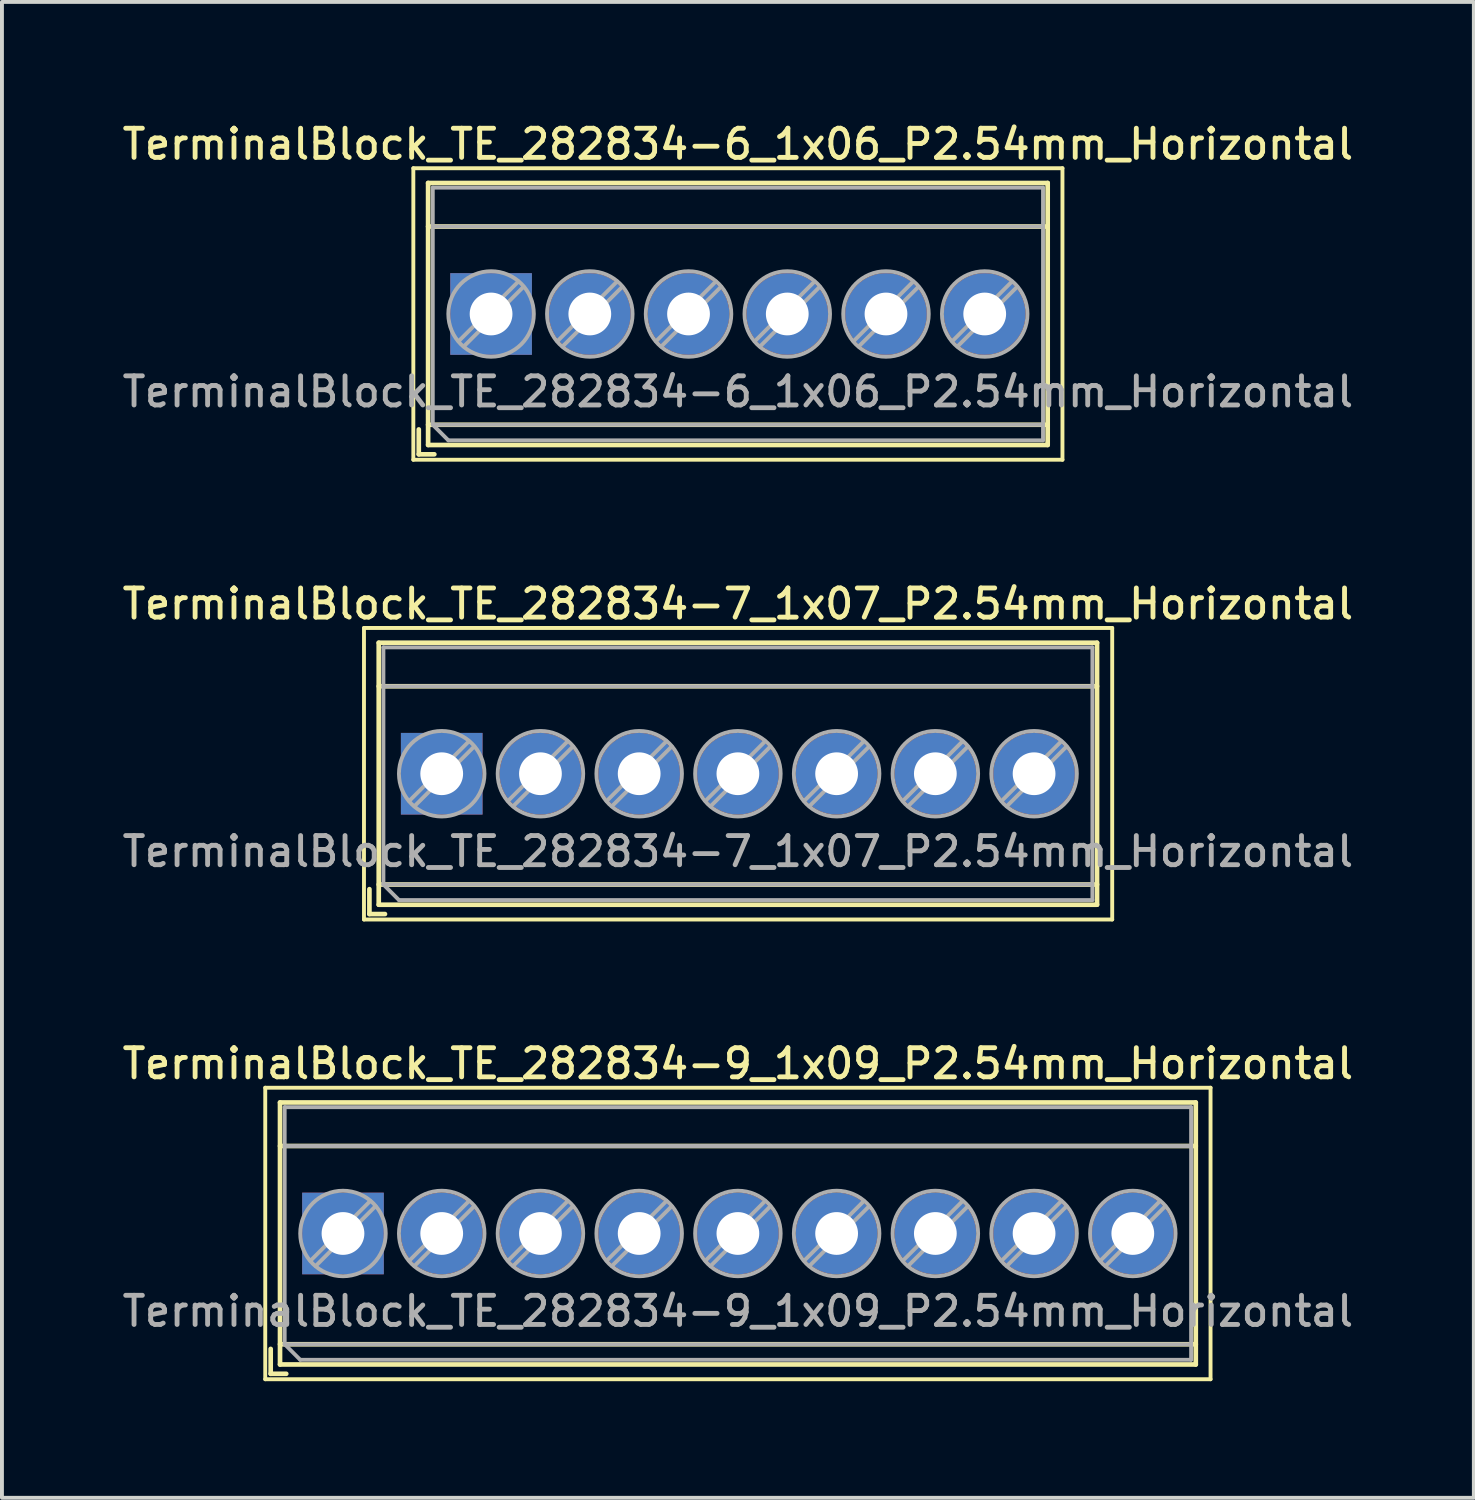
<source format=kicad_pcb>
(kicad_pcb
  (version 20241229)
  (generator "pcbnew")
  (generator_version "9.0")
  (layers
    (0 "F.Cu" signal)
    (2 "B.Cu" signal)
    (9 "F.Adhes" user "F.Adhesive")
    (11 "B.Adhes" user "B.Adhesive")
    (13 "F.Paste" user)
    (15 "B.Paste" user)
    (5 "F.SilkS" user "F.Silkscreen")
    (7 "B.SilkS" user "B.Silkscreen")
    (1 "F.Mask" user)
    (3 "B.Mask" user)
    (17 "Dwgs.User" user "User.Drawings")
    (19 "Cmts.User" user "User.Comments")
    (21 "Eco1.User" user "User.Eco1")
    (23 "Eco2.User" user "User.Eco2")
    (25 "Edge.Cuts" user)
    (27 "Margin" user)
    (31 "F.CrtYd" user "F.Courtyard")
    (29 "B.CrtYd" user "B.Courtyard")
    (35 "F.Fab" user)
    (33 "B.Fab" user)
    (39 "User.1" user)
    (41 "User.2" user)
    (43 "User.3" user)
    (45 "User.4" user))
  (footprint "TerminalBlock_TE_282834-7_1x07_P2.54mm_Horizontal"
    (layer "F.Cu")
    (at 8.314 16.856)
    (property "Reference" "TerminalBlock_TE_282834-7_1x07_P2.54mm_Horizontal" (at 7.62 -4.37 0) (layer "F.SilkS") (effects (font (size 0.75 0.75) (thickness 0.125))))
    (attr through_hole)
    (fp_line (start -2 -3.75) (end -2 3.75) (stroke (width 0.1) (type solid)) (layer "F.SilkS"))
    (fp_line (start -2 3.75) (end 17.25 3.75) (stroke (width 0.1) (type solid)) (layer "F.SilkS"))
    (fp_line (start -1.86 2.97) (end -1.86 3.61) (stroke (width 0.12) (type solid)) (layer "F.SilkS"))
    (fp_line (start -1.86 3.61) (end -1.46 3.61) (stroke (width 0.12) (type solid)) (layer "F.SilkS"))
    (fp_line (start -1.62 -3.37) (end -1.62 3.37) (stroke (width 0.12) (type solid)) (layer "F.SilkS"))
    (fp_line (start -1.62 -3.37) (end 16.86 -3.37) (stroke (width 0.12) (type solid)) (layer "F.SilkS"))
    (fp_line (start -1.62 -2.25) (end 16.86 -2.25) (stroke (width 0.12) (type solid)) (layer "F.SilkS"))
    (fp_line (start -1.62 2.85) (end 16.86 2.85) (stroke (width 0.12) (type solid)) (layer "F.SilkS"))
    (fp_line (start -1.62 3.37) (end 16.86 3.37) (stroke (width 0.12) (type solid)) (layer "F.SilkS"))
    (fp_line (start 16.86 -3.37) (end 16.86 3.37) (stroke (width 0.12) (type solid)) (layer "F.SilkS"))
    (fp_line (start 17.25 -3.75) (end -2 -3.75) (stroke (width 0.1) (type solid)) (layer "F.SilkS"))
    (fp_line (start 17.25 3.75) (end 17.25 -3.75) (stroke (width 0.1) (type solid)) (layer "F.SilkS"))
    (fp_line (start -1.5 -3.25) (end 16.74 -3.25) (stroke (width 0.1) (type solid)) (layer "F.Fab"))
    (fp_line (start -1.5 -2.25) (end 16.74 -2.25) (stroke (width 0.1) (type solid)) (layer "F.Fab"))
    (fp_line (start -1.5 2.85) (end -1.5 -3.25) (stroke (width 0.1) (type solid)) (layer "F.Fab"))
    (fp_line (start -1.5 2.85) (end 16.74 2.85) (stroke (width 0.1) (type solid)) (layer "F.Fab"))
    (fp_line (start -1.1 3.25) (end -1.5 2.85) (stroke (width 0.1) (type solid)) (layer "F.Fab"))
    (fp_line (start 0.701 -0.835) (end -0.835 0.7) (stroke (width 0.1) (type solid)) (layer "F.Fab"))
    (fp_line (start 0.835 -0.7) (end -0.701 0.835) (stroke (width 0.1) (type solid)) (layer "F.Fab"))
    (fp_line (start 3.241 -0.835) (end 1.706 0.7) (stroke (width 0.1) (type solid)) (layer "F.Fab"))
    (fp_line (start 3.375 -0.7) (end 1.84 0.835) (stroke (width 0.1) (type solid)) (layer "F.Fab"))
    (fp_line (start 5.781 -0.835) (end 4.246 0.7) (stroke (width 0.1) (type solid)) (layer "F.Fab"))
    (fp_line (start 5.915 -0.7) (end 4.38 0.835) (stroke (width 0.1) (type solid)) (layer "F.Fab"))
    (fp_line (start 8.321 -0.835) (end 6.786 0.7) (stroke (width 0.1) (type solid)) (layer "F.Fab"))
    (fp_line (start 8.455 -0.7) (end 6.92 0.835) (stroke (width 0.1) (type solid)) (layer "F.Fab"))
    (fp_line (start 10.861 -0.835) (end 9.326 0.7) (stroke (width 0.1) (type solid)) (layer "F.Fab"))
    (fp_line (start 10.995 -0.7) (end 9.46 0.835) (stroke (width 0.1) (type solid)) (layer "F.Fab"))
    (fp_line (start 13.401 -0.835) (end 11.866 0.7) (stroke (width 0.1) (type solid)) (layer "F.Fab"))
    (fp_line (start 13.535 -0.7) (end 12 0.835) (stroke (width 0.1) (type solid)) (layer "F.Fab"))
    (fp_line (start 15.941 -0.835) (end 14.406 0.7) (stroke (width 0.1) (type solid)) (layer "F.Fab"))
    (fp_line (start 16.075 -0.7) (end 14.54 0.835) (stroke (width 0.1) (type solid)) (layer "F.Fab"))
    (fp_line (start 16.74 -3.25) (end 16.74 3.25) (stroke (width 0.1) (type solid)) (layer "F.Fab"))
    (fp_line (start 16.74 3.25) (end -1.1 3.25) (stroke (width 0.1) (type solid)) (layer "F.Fab"))
    (fp_circle (center 0 0) (end 1.1 0) (stroke (width 0.1) (type solid)) (fill no) (layer "F.Fab"))
    (fp_circle (center 2.54 0) (end 3.64 0) (stroke (width 0.1) (type solid)) (fill no) (layer "F.Fab"))
    (fp_circle (center 5.08 0) (end 6.18 0) (stroke (width 0.1) (type solid)) (fill no) (layer "F.Fab"))
    (fp_circle (center 7.62 0) (end 8.72 0) (stroke (width 0.1) (type solid)) (fill no) (layer "F.Fab"))
    (fp_circle (center 10.16 0) (end 11.26 0) (stroke (width 0.1) (type solid)) (fill no) (layer "F.Fab"))
    (fp_circle (center 12.7 0) (end 13.8 0) (stroke (width 0.1) (type solid)) (fill no) (layer "F.Fab"))
    (fp_circle (center 15.24 0) (end 16.34 0) (stroke (width 0.1) (type solid)) (fill no) (layer "F.Fab"))
    (fp_text user "${REFERENCE}" (at 7.62 2 0) (layer "F.Fab") (effects (font (size 0.75 0.75) (thickness 0.125))))
    (pad "1" thru_hole rect (at 0 0) (size 2.1 2.1) (drill 1.1) (layers "*.Cu" "*.Mask"))
    (pad "2" thru_hole circle (at 2.54 0) (size 2.1 2.1) (drill 1.1) (layers "*.Cu" "*.Mask"))
    (pad "3" thru_hole circle (at 5.08 0) (size 2.1 2.1) (drill 1.1) (layers "*.Cu" "*.Mask"))
    (pad "4" thru_hole circle (at 7.62 0) (size 2.1 2.1) (drill 1.1) (layers "*.Cu" "*.Mask"))
    (pad "5" thru_hole circle (at 10.16 0) (size 2.1 2.1) (drill 1.1) (layers "*.Cu" "*.Mask"))
    (pad "6" thru_hole circle (at 12.7 0) (size 2.1 2.1) (drill 1.1) (layers "*.Cu" "*.Mask"))
    (pad "7" thru_hole circle (at 15.24 0) (size 2.1 2.1) (drill 1.1) (layers "*.Cu" "*.Mask")))
  (footprint "TerminalBlock_TE_282834-9_1x09_P2.54mm_Horizontal"
    (layer "F.Cu")
    (at 5.774 28.684)
    (property "Reference" "TerminalBlock_TE_282834-9_1x09_P2.54mm_Horizontal" (at 10.16 -4.37 0) (layer "F.SilkS") (effects (font (size 0.75 0.75) (thickness 0.125))))
    (attr through_hole)
    (fp_line (start -2 -3.75) (end -2 3.75) (stroke (width 0.1) (type solid)) (layer "F.SilkS"))
    (fp_line (start -2 3.75) (end 22.32 3.75) (stroke (width 0.1) (type solid)) (layer "F.SilkS"))
    (fp_line (start -1.86 2.97) (end -1.86 3.61) (stroke (width 0.12) (type solid)) (layer "F.SilkS"))
    (fp_line (start -1.86 3.61) (end -1.46 3.61) (stroke (width 0.12) (type solid)) (layer "F.SilkS"))
    (fp_line (start -1.62 -3.37) (end -1.62 3.37) (stroke (width 0.12) (type solid)) (layer "F.SilkS"))
    (fp_line (start -1.62 -3.37) (end 21.94 -3.37) (stroke (width 0.12) (type solid)) (layer "F.SilkS"))
    (fp_line (start -1.62 -2.25) (end 21.94 -2.25) (stroke (width 0.12) (type solid)) (layer "F.SilkS"))
    (fp_line (start -1.62 2.85) (end 21.94 2.85) (stroke (width 0.12) (type solid)) (layer "F.SilkS"))
    (fp_line (start -1.62 3.37) (end 21.94 3.37) (stroke (width 0.12) (type solid)) (layer "F.SilkS"))
    (fp_line (start 21.94 -3.37) (end 21.94 3.37) (stroke (width 0.12) (type solid)) (layer "F.SilkS"))
    (fp_line (start 22.32 -3.75) (end -2 -3.75) (stroke (width 0.1) (type solid)) (layer "F.SilkS"))
    (fp_line (start 22.32 3.75) (end 22.32 -3.75) (stroke (width 0.1) (type solid)) (layer "F.SilkS"))
    (fp_line (start -1.5 -3.25) (end 21.82 -3.25) (stroke (width 0.1) (type solid)) (layer "F.Fab"))
    (fp_line (start -1.5 -2.25) (end 21.82 -2.25) (stroke (width 0.1) (type solid)) (layer "F.Fab"))
    (fp_line (start -1.5 2.85) (end -1.5 -3.25) (stroke (width 0.1) (type solid)) (layer "F.Fab"))
    (fp_line (start -1.5 2.85) (end 21.82 2.85) (stroke (width 0.1) (type solid)) (layer "F.Fab"))
    (fp_line (start -1.1 3.25) (end -1.5 2.85) (stroke (width 0.1) (type solid)) (layer "F.Fab"))
    (fp_line (start 0.701 -0.835) (end -0.835 0.7) (stroke (width 0.1) (type solid)) (layer "F.Fab"))
    (fp_line (start 0.835 -0.7) (end -0.701 0.835) (stroke (width 0.1) (type solid)) (layer "F.Fab"))
    (fp_line (start 3.241 -0.835) (end 1.706 0.7) (stroke (width 0.1) (type solid)) (layer "F.Fab"))
    (fp_line (start 3.375 -0.7) (end 1.84 0.835) (stroke (width 0.1) (type solid)) (layer "F.Fab"))
    (fp_line (start 5.781 -0.835) (end 4.246 0.7) (stroke (width 0.1) (type solid)) (layer "F.Fab"))
    (fp_line (start 5.915 -0.7) (end 4.38 0.835) (stroke (width 0.1) (type solid)) (layer "F.Fab"))
    (fp_line (start 8.321 -0.835) (end 6.786 0.7) (stroke (width 0.1) (type solid)) (layer "F.Fab"))
    (fp_line (start 8.455 -0.7) (end 6.92 0.835) (stroke (width 0.1) (type solid)) (layer "F.Fab"))
    (fp_line (start 10.861 -0.835) (end 9.326 0.7) (stroke (width 0.1) (type solid)) (layer "F.Fab"))
    (fp_line (start 10.995 -0.7) (end 9.46 0.835) (stroke (width 0.1) (type solid)) (layer "F.Fab"))
    (fp_line (start 13.401 -0.835) (end 11.866 0.7) (stroke (width 0.1) (type solid)) (layer "F.Fab"))
    (fp_line (start 13.535 -0.7) (end 12 0.835) (stroke (width 0.1) (type solid)) (layer "F.Fab"))
    (fp_line (start 15.941 -0.835) (end 14.406 0.7) (stroke (width 0.1) (type solid)) (layer "F.Fab"))
    (fp_line (start 16.075 -0.7) (end 14.54 0.835) (stroke (width 0.1) (type solid)) (layer "F.Fab"))
    (fp_line (start 18.481 -0.835) (end 16.946 0.7) (stroke (width 0.1) (type solid)) (layer "F.Fab"))
    (fp_line (start 18.615 -0.7) (end 17.08 0.835) (stroke (width 0.1) (type solid)) (layer "F.Fab"))
    (fp_line (start 21.021 -0.835) (end 19.486 0.7) (stroke (width 0.1) (type solid)) (layer "F.Fab"))
    (fp_line (start 21.155 -0.7) (end 19.62 0.835) (stroke (width 0.1) (type solid)) (layer "F.Fab"))
    (fp_line (start 21.82 -3.25) (end 21.82 3.25) (stroke (width 0.1) (type solid)) (layer "F.Fab"))
    (fp_line (start 21.82 3.25) (end -1.1 3.25) (stroke (width 0.1) (type solid)) (layer "F.Fab"))
    (fp_circle (center 0 0) (end 1.1 0) (stroke (width 0.1) (type solid)) (fill no) (layer "F.Fab"))
    (fp_circle (center 2.54 0) (end 3.64 0) (stroke (width 0.1) (type solid)) (fill no) (layer "F.Fab"))
    (fp_circle (center 5.08 0) (end 6.18 0) (stroke (width 0.1) (type solid)) (fill no) (layer "F.Fab"))
    (fp_circle (center 7.62 0) (end 8.72 0) (stroke (width 0.1) (type solid)) (fill no) (layer "F.Fab"))
    (fp_circle (center 10.16 0) (end 11.26 0) (stroke (width 0.1) (type solid)) (fill no) (layer "F.Fab"))
    (fp_circle (center 12.7 0) (end 13.8 0) (stroke (width 0.1) (type solid)) (fill no) (layer "F.Fab"))
    (fp_circle (center 15.24 0) (end 16.34 0) (stroke (width 0.1) (type solid)) (fill no) (layer "F.Fab"))
    (fp_circle (center 17.78 0) (end 18.88 0) (stroke (width 0.1) (type solid)) (fill no) (layer "F.Fab"))
    (fp_circle (center 20.32 0) (end 21.42 0) (stroke (width 0.1) (type solid)) (fill no) (layer "F.Fab"))
    (fp_text user "${REFERENCE}" (at 10.16 2 0) (layer "F.Fab") (effects (font (size 0.75 0.75) (thickness 0.125))))
    (pad "1" thru_hole rect (at 0 0) (size 2.1 2.1) (drill 1.1) (layers "*.Cu" "*.Mask"))
    (pad "2" thru_hole circle (at 2.54 0) (size 2.1 2.1) (drill 1.1) (layers "*.Cu" "*.Mask"))
    (pad "3" thru_hole circle (at 5.08 0) (size 2.1 2.1) (drill 1.1) (layers "*.Cu" "*.Mask"))
    (pad "4" thru_hole circle (at 7.62 0) (size 2.1 2.1) (drill 1.1) (layers "*.Cu" "*.Mask"))
    (pad "5" thru_hole circle (at 10.16 0) (size 2.1 2.1) (drill 1.1) (layers "*.Cu" "*.Mask"))
    (pad "6" thru_hole circle (at 12.7 0) (size 2.1 2.1) (drill 1.1) (layers "*.Cu" "*.Mask"))
    (pad "7" thru_hole circle (at 15.24 0) (size 2.1 2.1) (drill 1.1) (layers "*.Cu" "*.Mask"))
    (pad "8" thru_hole circle (at 17.78 0) (size 2.1 2.1) (drill 1.1) (layers "*.Cu" "*.Mask"))
    (pad "9" thru_hole circle (at 20.32 0) (size 2.1 2.1) (drill 1.1) (layers "*.Cu" "*.Mask")))
  (footprint "TerminalBlock_TE_282834-6_1x06_P2.54mm_Horizontal"
    (layer "F.Cu")
    (at 9.584 5.028)
    (property "Reference" "TerminalBlock_TE_282834-6_1x06_P2.54mm_Horizontal" (at 6.35 -4.37 0) (layer "F.SilkS") (effects (font (size 0.75 0.75) (thickness 0.125))))
    (attr through_hole)
    (fp_line (start -2 -3.75) (end -2 3.75) (stroke (width 0.1) (type solid)) (layer "F.SilkS"))
    (fp_line (start -2 3.75) (end 14.7 3.75) (stroke (width 0.1) (type solid)) (layer "F.SilkS"))
    (fp_line (start -1.86 2.97) (end -1.86 3.61) (stroke (width 0.12) (type solid)) (layer "F.SilkS"))
    (fp_line (start -1.86 3.61) (end -1.46 3.61) (stroke (width 0.12) (type solid)) (layer "F.SilkS"))
    (fp_line (start -1.62 -3.37) (end -1.62 3.37) (stroke (width 0.12) (type solid)) (layer "F.SilkS"))
    (fp_line (start -1.62 -3.37) (end 14.32 -3.37) (stroke (width 0.12) (type solid)) (layer "F.SilkS"))
    (fp_line (start -1.62 -2.25) (end 14.32 -2.25) (stroke (width 0.12) (type solid)) (layer "F.SilkS"))
    (fp_line (start -1.62 2.85) (end 14.32 2.85) (stroke (width 0.12) (type solid)) (layer "F.SilkS"))
    (fp_line (start -1.62 3.37) (end 14.32 3.37) (stroke (width 0.12) (type solid)) (layer "F.SilkS"))
    (fp_line (start 14.32 -3.37) (end 14.32 3.37) (stroke (width 0.12) (type solid)) (layer "F.SilkS"))
    (fp_line (start 14.7 -3.75) (end -2 -3.75) (stroke (width 0.1) (type solid)) (layer "F.SilkS"))
    (fp_line (start 14.7 3.75) (end 14.7 -3.75) (stroke (width 0.1) (type solid)) (layer "F.SilkS"))
    (fp_line (start -1.5 -3.25) (end 14.2 -3.25) (stroke (width 0.1) (type solid)) (layer "F.Fab"))
    (fp_line (start -1.5 -2.25) (end 14.2 -2.25) (stroke (width 0.1) (type solid)) (layer "F.Fab"))
    (fp_line (start -1.5 2.85) (end -1.5 -3.25) (stroke (width 0.1) (type solid)) (layer "F.Fab"))
    (fp_line (start -1.5 2.85) (end 14.2 2.85) (stroke (width 0.1) (type solid)) (layer "F.Fab"))
    (fp_line (start -1.1 3.25) (end -1.5 2.85) (stroke (width 0.1) (type solid)) (layer "F.Fab"))
    (fp_line (start 0.701 -0.835) (end -0.835 0.7) (stroke (width 0.1) (type solid)) (layer "F.Fab"))
    (fp_line (start 0.835 -0.7) (end -0.701 0.835) (stroke (width 0.1) (type solid)) (layer "F.Fab"))
    (fp_line (start 3.241 -0.835) (end 1.706 0.7) (stroke (width 0.1) (type solid)) (layer "F.Fab"))
    (fp_line (start 3.375 -0.7) (end 1.84 0.835) (stroke (width 0.1) (type solid)) (layer "F.Fab"))
    (fp_line (start 5.781 -0.835) (end 4.246 0.7) (stroke (width 0.1) (type solid)) (layer "F.Fab"))
    (fp_line (start 5.915 -0.7) (end 4.38 0.835) (stroke (width 0.1) (type solid)) (layer "F.Fab"))
    (fp_line (start 8.321 -0.835) (end 6.786 0.7) (stroke (width 0.1) (type solid)) (layer "F.Fab"))
    (fp_line (start 8.455 -0.7) (end 6.92 0.835) (stroke (width 0.1) (type solid)) (layer "F.Fab"))
    (fp_line (start 10.861 -0.835) (end 9.326 0.7) (stroke (width 0.1) (type solid)) (layer "F.Fab"))
    (fp_line (start 10.995 -0.7) (end 9.46 0.835) (stroke (width 0.1) (type solid)) (layer "F.Fab"))
    (fp_line (start 13.401 -0.835) (end 11.866 0.7) (stroke (width 0.1) (type solid)) (layer "F.Fab"))
    (fp_line (start 13.535 -0.7) (end 12 0.835) (stroke (width 0.1) (type solid)) (layer "F.Fab"))
    (fp_line (start 14.2 -3.25) (end 14.2 3.25) (stroke (width 0.1) (type solid)) (layer "F.Fab"))
    (fp_line (start 14.2 3.25) (end -1.1 3.25) (stroke (width 0.1) (type solid)) (layer "F.Fab"))
    (fp_circle (center 0 0) (end 1.1 0) (stroke (width 0.1) (type solid)) (fill no) (layer "F.Fab"))
    (fp_circle (center 2.54 0) (end 3.64 0) (stroke (width 0.1) (type solid)) (fill no) (layer "F.Fab"))
    (fp_circle (center 5.08 0) (end 6.18 0) (stroke (width 0.1) (type solid)) (fill no) (layer "F.Fab"))
    (fp_circle (center 7.62 0) (end 8.72 0) (stroke (width 0.1) (type solid)) (fill no) (layer "F.Fab"))
    (fp_circle (center 10.16 0) (end 11.26 0) (stroke (width 0.1) (type solid)) (fill no) (layer "F.Fab"))
    (fp_circle (center 12.7 0) (end 13.8 0) (stroke (width 0.1) (type solid)) (fill no) (layer "F.Fab"))
    (fp_text user "${REFERENCE}" (at 6.35 2 0) (layer "F.Fab") (effects (font (size 0.75 0.75) (thickness 0.125))))
    (pad "1" thru_hole rect (at 0 0) (size 2.1 2.1) (drill 1.1) (layers "*.Cu" "*.Mask"))
    (pad "2" thru_hole circle (at 2.54 0) (size 2.1 2.1) (drill 1.1) (layers "*.Cu" "*.Mask"))
    (pad "3" thru_hole circle (at 5.08 0) (size 2.1 2.1) (drill 1.1) (layers "*.Cu" "*.Mask"))
    (pad "4" thru_hole circle (at 7.62 0) (size 2.1 2.1) (drill 1.1) (layers "*.Cu" "*.Mask"))
    (pad "5" thru_hole circle (at 10.16 0) (size 2.1 2.1) (drill 1.1) (layers "*.Cu" "*.Mask"))
    (pad "6" thru_hole circle (at 12.7 0) (size 2.1 2.1) (drill 1.1) (layers "*.Cu" "*.Mask")))
  (gr_rect
    (start -3 -3)
    (end 34.868 35.484)
    (stroke (width 0.1) (type default))
    (fill no)
    (layer "Edge.Cuts")))
</source>
